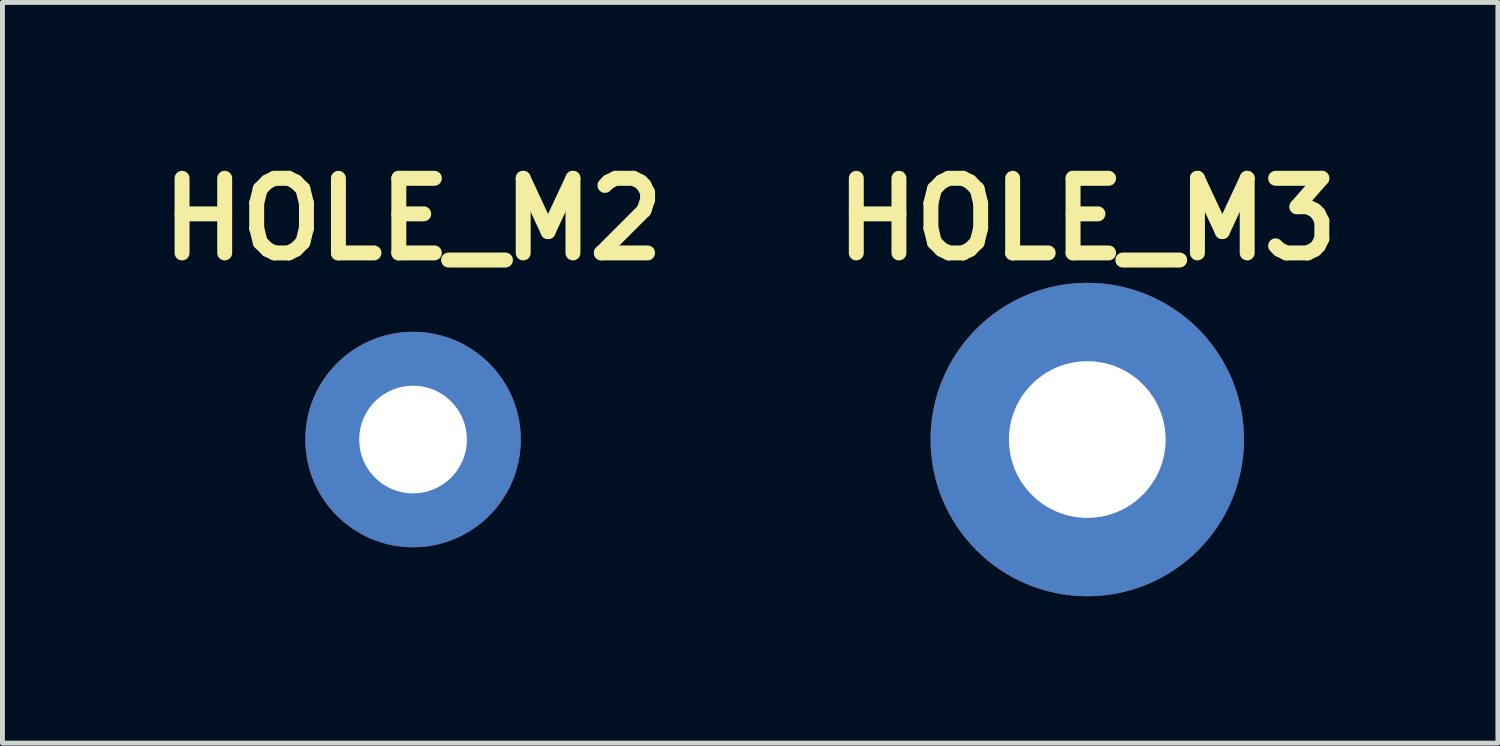
<source format=kicad_pcb>
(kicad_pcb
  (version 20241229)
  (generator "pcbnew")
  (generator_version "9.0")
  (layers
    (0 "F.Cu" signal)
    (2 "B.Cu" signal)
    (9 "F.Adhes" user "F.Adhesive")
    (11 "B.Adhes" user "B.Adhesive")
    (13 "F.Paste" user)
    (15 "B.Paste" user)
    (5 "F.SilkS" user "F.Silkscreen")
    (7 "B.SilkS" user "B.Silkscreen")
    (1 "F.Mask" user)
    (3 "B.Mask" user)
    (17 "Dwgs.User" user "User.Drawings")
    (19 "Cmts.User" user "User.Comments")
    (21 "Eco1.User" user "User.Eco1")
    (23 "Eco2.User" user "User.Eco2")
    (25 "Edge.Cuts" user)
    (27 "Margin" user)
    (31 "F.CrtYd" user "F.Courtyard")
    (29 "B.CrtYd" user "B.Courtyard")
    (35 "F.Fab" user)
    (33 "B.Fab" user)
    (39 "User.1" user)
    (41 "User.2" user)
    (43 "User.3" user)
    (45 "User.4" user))
  (footprint "HOLE_M3"
    (layer "F.Cu")
    (at 19.154 5.926)
    (property "Reference" "HOLE_M3" (at 0 -4.5 0) (layer "F.SilkS") (effects (font (size 1.524 1.524) (thickness 0.305))))
    (attr through_hole)
    (pad "1" thru_hole circle (at 0 0) (size 6.4 6.4) (drill 3.2) (layers "*.Cu" "*.Mask")))
  (footprint "HOLE_M2"
    (layer "F.Cu")
    (at 5.385 5.926)
    (property "Reference" "HOLE_M2" (at 0 -4.5 0) (layer "F.SilkS") (effects (font (size 1.524 1.524) (thickness 0.305))))
    (attr through_hole)
    (pad "1" thru_hole circle (at 0 0) (size 4.4 4.4) (drill 2.2) (layers "*.Cu" "*.Mask")))
  (gr_rect
    (start -3 -3)
    (end 27.539 12.126)
    (stroke (width 0.1) (type default))
    (fill no)
    (layer "Edge.Cuts")))
</source>
